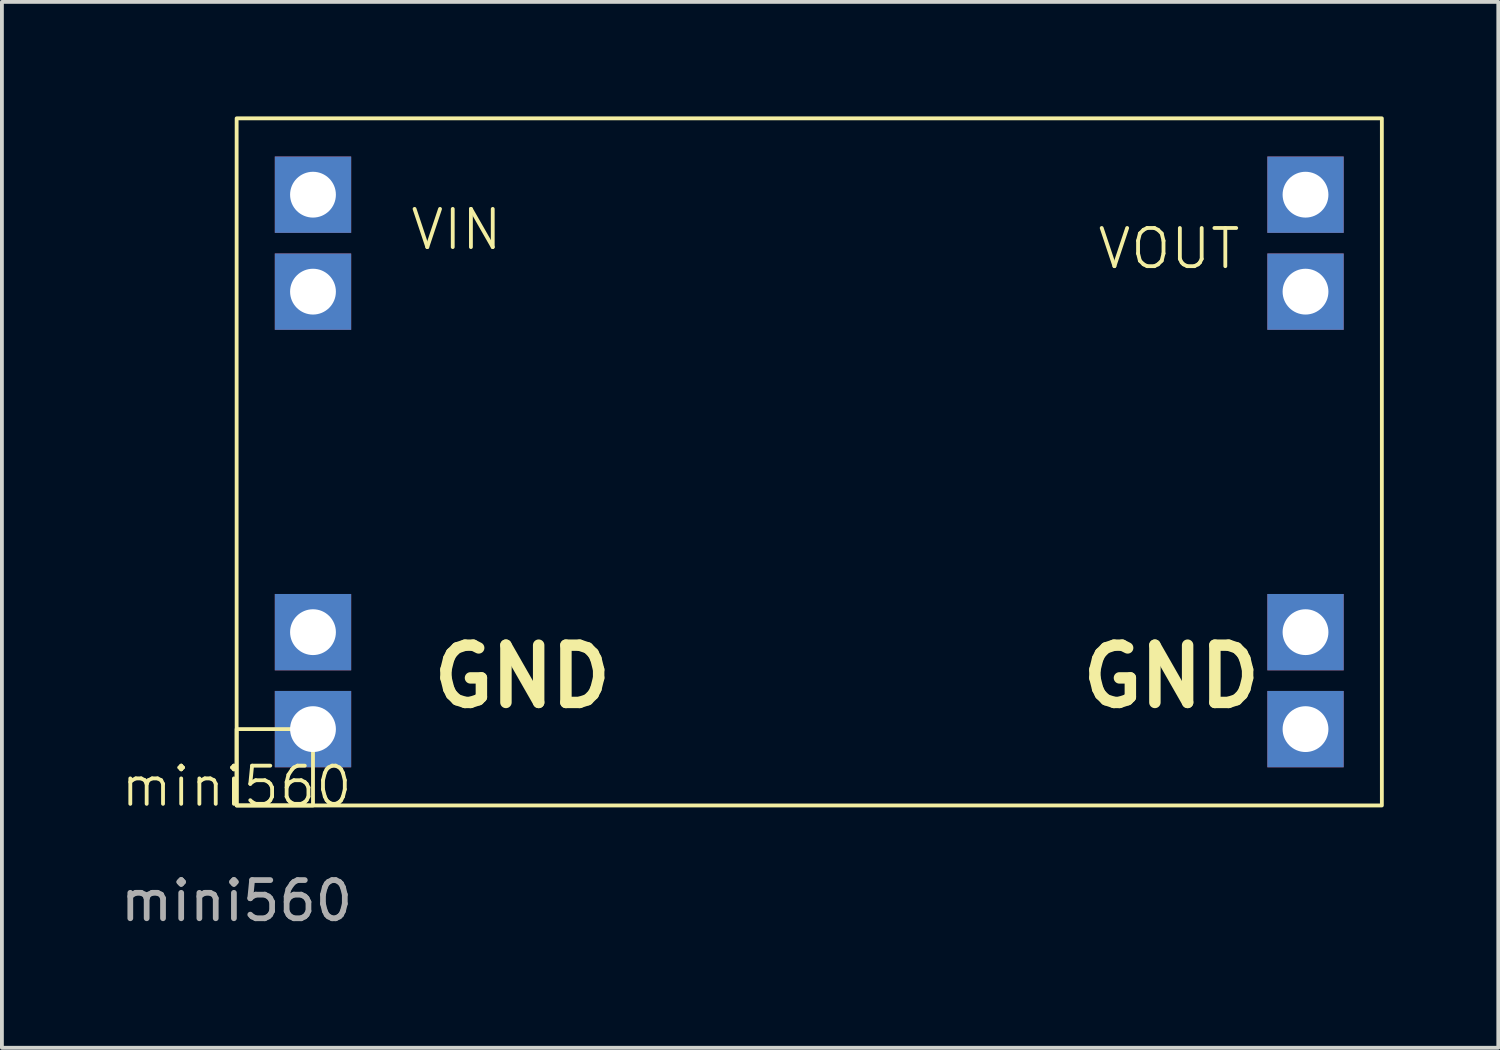
<source format=kicad_pcb>
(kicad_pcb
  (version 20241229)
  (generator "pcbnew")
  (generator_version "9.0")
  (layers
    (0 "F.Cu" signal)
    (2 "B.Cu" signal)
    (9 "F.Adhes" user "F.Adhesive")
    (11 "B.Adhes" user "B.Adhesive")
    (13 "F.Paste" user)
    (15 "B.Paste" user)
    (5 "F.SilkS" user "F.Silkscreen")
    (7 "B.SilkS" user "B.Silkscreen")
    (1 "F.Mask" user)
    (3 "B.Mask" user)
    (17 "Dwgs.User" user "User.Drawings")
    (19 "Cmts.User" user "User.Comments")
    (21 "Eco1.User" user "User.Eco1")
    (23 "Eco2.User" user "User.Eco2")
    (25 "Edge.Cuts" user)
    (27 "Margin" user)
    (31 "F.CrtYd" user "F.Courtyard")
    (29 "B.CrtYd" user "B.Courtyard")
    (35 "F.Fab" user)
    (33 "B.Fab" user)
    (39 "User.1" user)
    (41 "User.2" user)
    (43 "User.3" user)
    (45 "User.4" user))
  (footprint "mini560"
    (layer "F.Cu")
    (at 3.149 18.05)
    (property "Reference" "mini560" (at 0 -0.5 0) (unlocked yes) (layer "F.SilkS") (effects (font (size 1 1) (thickness 0.1))))
    (attr smd)
    (fp_rect (start 0 -18) (end 30 0) (stroke (width 0.1) (type default)) (fill no) (layer "F.SilkS"))
    (fp_rect (start 0 -2) (end 2 0) (stroke (width 0.1) (type default)) (fill no) (layer "F.SilkS"))
    (fp_text user "GND" (at 22 -2.5 0) (unlocked yes) (layer "F.SilkS") (effects (font (size 1.5 1.5) (thickness 0.3) (bold yes)) (justify left bottom)))
    (fp_text user "GND" (at 5 -2.5 0) (unlocked yes) (layer "F.SilkS") (effects (font (size 1.5 1.5) (thickness 0.3) (bold yes)) (justify left bottom)))
    (fp_text user "VIN" (at 4.5 -14.5 0) (unlocked yes) (layer "F.SilkS") (effects (font (size 1 1) (thickness 0.1)) (justify left bottom)))
    (fp_text user "VOUT" (at 22.5 -14 0) (unlocked yes) (layer "F.SilkS") (effects (font (size 1 1) (thickness 0.1)) (justify left bottom)))
    (fp_text user "${REFERENCE}" (at 0 2.5 0) (unlocked yes) (layer "F.Fab") (effects (font (size 1 1) (thickness 0.15))))
    (pad "1" thru_hole rect (at 2 -4.54) (size 2 2) (drill 1.2) (layers "*.Cu" "*.Mask"))
    (pad "1" thru_hole rect (at 2 -2) (size 2 2) (drill 1.2) (layers "*.Cu" "*.Mask"))
    (pad "2" thru_hole rect (at 2 -16) (size 2 2) (drill 1.2) (layers "*.Cu" "*.Mask"))
    (pad "2" thru_hole rect (at 2 -13.46) (size 2 2) (drill 1.2) (layers "*.Cu" "*.Mask"))
    (pad "3" thru_hole rect (at 28 -4.54) (size 2 2) (drill 1.2) (layers "*.Cu" "*.Mask"))
    (pad "3" thru_hole rect (at 28 -2) (size 2 2) (drill 1.2) (layers "*.Cu" "*.Mask"))
    (pad "4" thru_hole rect (at 28 -16) (size 2 2) (drill 1.2) (layers "*.Cu" "*.Mask"))
    (pad "4" thru_hole rect (at 28 -13.46) (size 2 2) (drill 1.2) (layers "*.Cu" "*.Mask")))
  (gr_rect
    (start -3 -3)
    (end 36.199 24.398)
    (stroke (width 0.1) (type default))
    (fill no)
    (layer "Edge.Cuts")))
</source>
